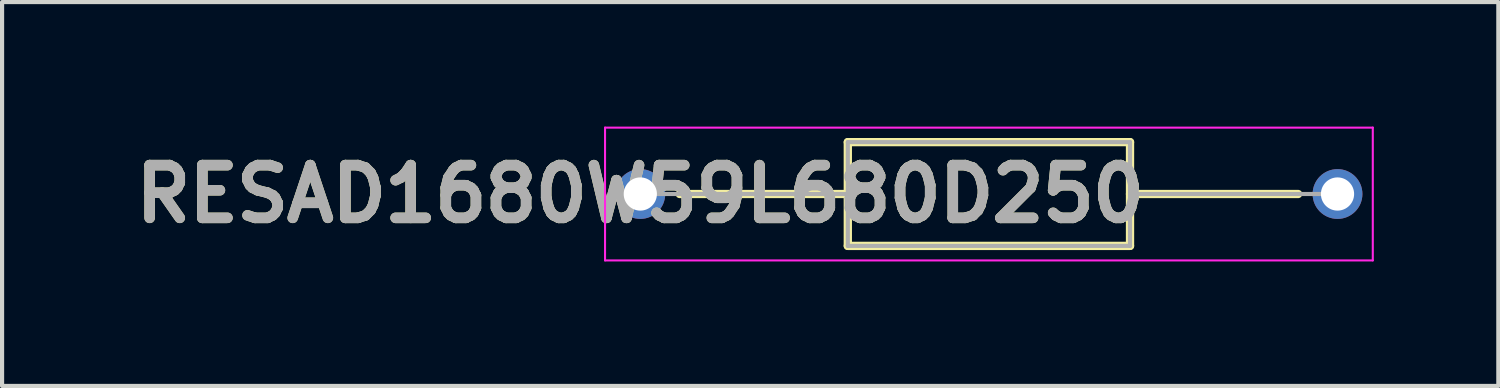
<source format=kicad_pcb>
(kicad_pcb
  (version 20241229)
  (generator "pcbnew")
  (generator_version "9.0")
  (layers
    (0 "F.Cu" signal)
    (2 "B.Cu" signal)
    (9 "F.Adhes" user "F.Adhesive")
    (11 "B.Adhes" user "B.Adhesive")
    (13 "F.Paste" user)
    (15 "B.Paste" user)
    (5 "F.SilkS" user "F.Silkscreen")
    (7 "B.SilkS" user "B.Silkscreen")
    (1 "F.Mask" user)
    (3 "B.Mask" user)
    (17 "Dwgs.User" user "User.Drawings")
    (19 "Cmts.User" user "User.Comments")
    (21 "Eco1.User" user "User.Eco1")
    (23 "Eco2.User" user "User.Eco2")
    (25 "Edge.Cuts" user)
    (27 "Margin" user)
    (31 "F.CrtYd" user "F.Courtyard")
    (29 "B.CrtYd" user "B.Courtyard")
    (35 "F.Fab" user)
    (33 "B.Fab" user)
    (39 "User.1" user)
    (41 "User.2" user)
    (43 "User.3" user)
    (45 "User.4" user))
  (footprint "RESAD1680W59L680D250"
    (layer "F.Cu")
    (at 12.379 1.625)
    (property "Reference" "RESAD1680W59L680D250" (at 0 0 0) (layer "F.SilkS") (effects (font (size 1.27 1.27) (thickness 0.254))))
    (attr through_hole)
    (fp_line (start 0.95 0) (end 5 0) (stroke (width 0.2) (type solid)) (layer "F.SilkS"))
    (fp_line (start 5 -1.25) (end 11.8 -1.25) (stroke (width 0.2) (type solid)) (layer "F.SilkS"))
    (fp_line (start 5 1.25) (end 5 -1.25) (stroke (width 0.2) (type solid)) (layer "F.SilkS"))
    (fp_line (start 11.8 -1.25) (end 11.8 1.25) (stroke (width 0.2) (type solid)) (layer "F.SilkS"))
    (fp_line (start 11.8 0) (end 15.85 0) (stroke (width 0.2) (type solid)) (layer "F.SilkS"))
    (fp_line (start 11.8 1.25) (end 5 1.25) (stroke (width 0.2) (type solid)) (layer "F.SilkS"))
    (fp_line (start -0.85 -1.6) (end 17.65 -1.6) (stroke (width 0.05) (type solid)) (layer "F.CrtYd"))
    (fp_line (start -0.85 1.6) (end -0.85 -1.6) (stroke (width 0.05) (type solid)) (layer "F.CrtYd"))
    (fp_line (start 17.65 -1.6) (end 17.65 1.6) (stroke (width 0.05) (type solid)) (layer "F.CrtYd"))
    (fp_line (start 17.65 1.6) (end -0.85 1.6) (stroke (width 0.05) (type solid)) (layer "F.CrtYd"))
    (fp_line (start 0 0) (end 5 0) (stroke (width 0.1) (type solid)) (layer "F.Fab"))
    (fp_line (start 5 -1.25) (end 11.8 -1.25) (stroke (width 0.1) (type solid)) (layer "F.Fab"))
    (fp_line (start 5 1.25) (end 5 -1.25) (stroke (width 0.1) (type solid)) (layer "F.Fab"))
    (fp_line (start 11.8 -1.25) (end 11.8 1.25) (stroke (width 0.1) (type solid)) (layer "F.Fab"))
    (fp_line (start 11.8 0) (end 16.8 0) (stroke (width 0.1) (type solid)) (layer "F.Fab"))
    (fp_line (start 11.8 1.25) (end 5 1.25) (stroke (width 0.1) (type solid)) (layer "F.Fab"))
    (fp_text user "${REFERENCE}" (at 0 0 0) (layer "F.Fab") (effects (font (size 1.27 1.27) (thickness 0.254))))
    (pad "1" thru_hole circle (at 0 0) (size 1.2 1.2) (drill 0.8) (layers "*.Cu" "*.Mask"))
    (pad "2" thru_hole circle (at 16.8 0) (size 1.2 1.2) (drill 0.8) (layers "*.Cu" "*.Mask")))
  (gr_rect
    (start -3 -3)
    (end 33.054 6.25)
    (stroke (width 0.1) (type default))
    (fill no)
    (layer "Edge.Cuts")))
</source>
